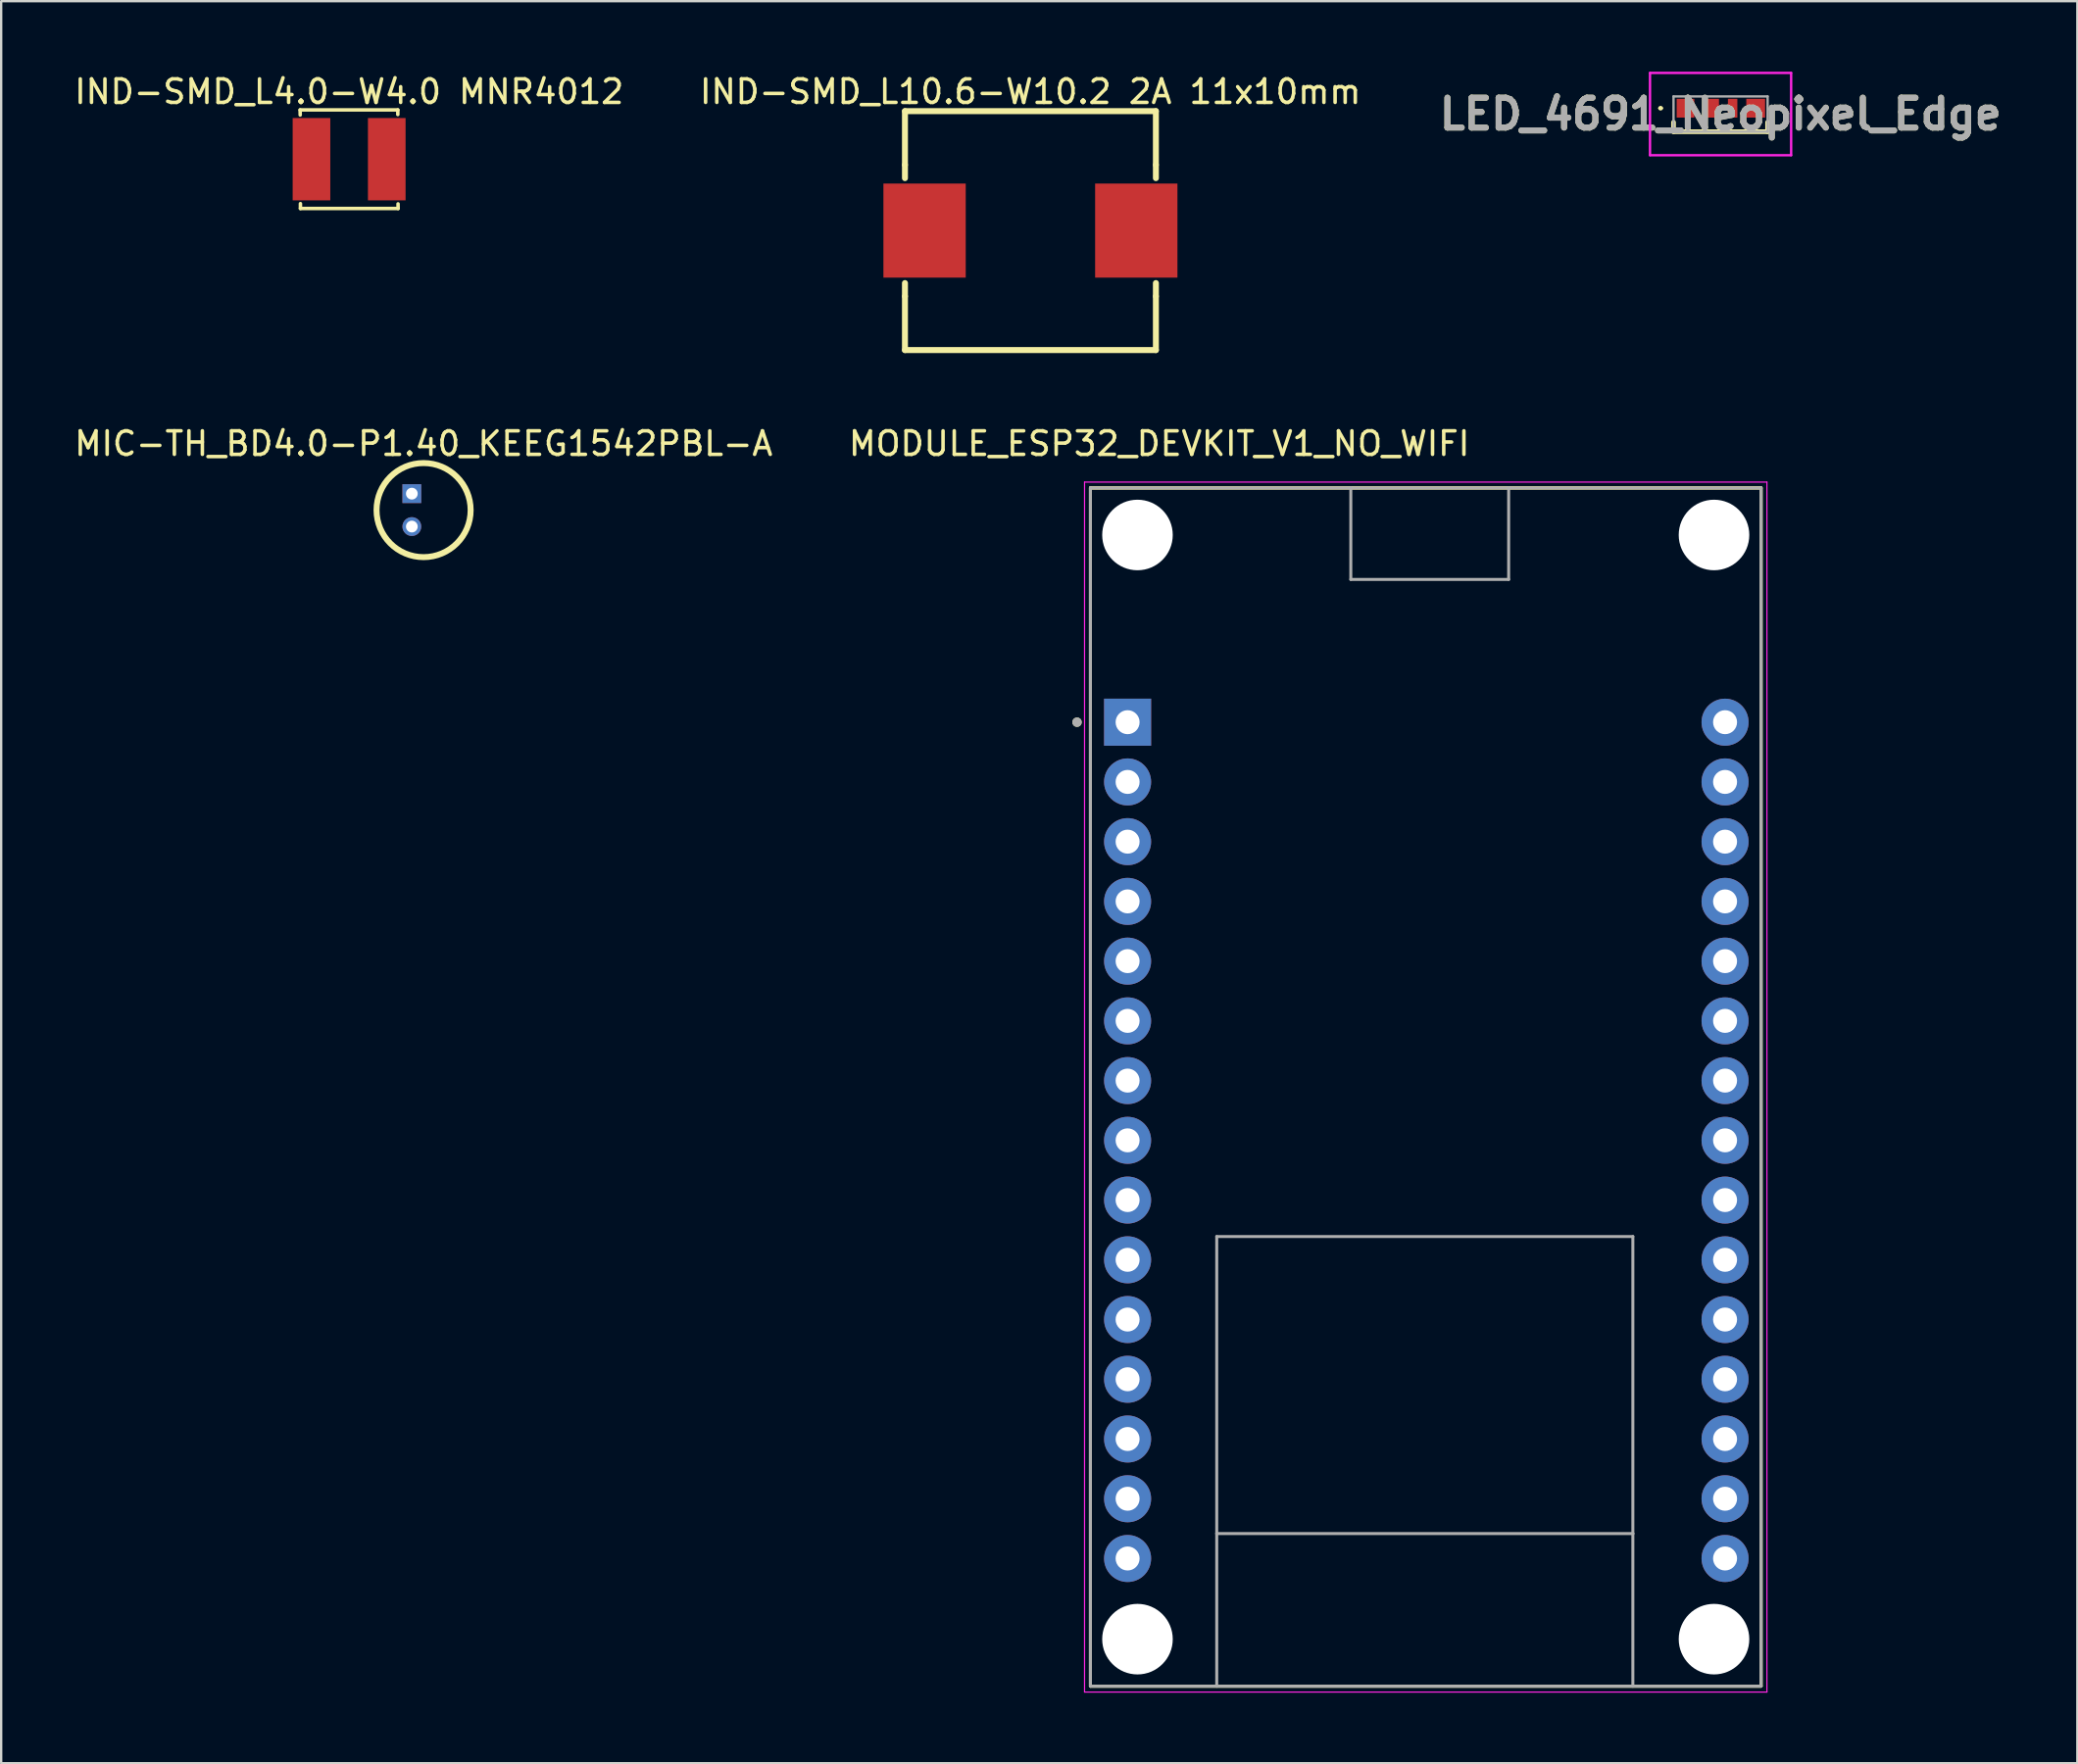
<source format=kicad_pcb>
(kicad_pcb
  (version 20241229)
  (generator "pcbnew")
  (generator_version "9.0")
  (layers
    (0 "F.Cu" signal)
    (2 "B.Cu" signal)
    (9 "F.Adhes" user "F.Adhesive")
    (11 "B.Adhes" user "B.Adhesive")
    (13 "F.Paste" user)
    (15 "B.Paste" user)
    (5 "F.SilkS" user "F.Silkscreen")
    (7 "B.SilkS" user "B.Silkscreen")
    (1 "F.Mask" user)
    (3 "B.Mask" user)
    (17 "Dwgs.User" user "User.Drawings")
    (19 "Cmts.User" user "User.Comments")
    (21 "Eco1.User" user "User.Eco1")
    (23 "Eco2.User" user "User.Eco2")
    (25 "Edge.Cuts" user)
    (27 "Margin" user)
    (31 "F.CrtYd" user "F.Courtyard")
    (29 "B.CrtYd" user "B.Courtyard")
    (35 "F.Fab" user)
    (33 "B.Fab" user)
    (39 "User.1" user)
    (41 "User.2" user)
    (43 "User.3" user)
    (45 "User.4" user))
  (footprint "MIC-TH_BD4.0-P1.40_KEEG1542PBL-A"
    (layer "F.Cu")
    (at 14.458 18.64)
    (property "Reference" "MIC-TH_BD4.0-P1.40_KEEG1542PBL-A" (at 0.5 -2.827 0) (unlocked yes) (layer "F.SilkS") (effects (font (size 1 1) (thickness 0.15))))
    (attr through_hole)
    (fp_circle (center 0.5 0) (end 2.5 0) (stroke (width 0.254) (type default)) (fill no) (layer "F.SilkS"))
    (pad "1" thru_hole rect (at 0 -0.7 180) (size 0.8 0.8) (drill 0.5) (layers "*.Cu" "*.Mask"))
    (pad "2" thru_hole circle (at 0 0.7 180) (size 0.8 0.8) (drill 0.5) (layers "*.Cu" "*.Mask")))
  (footprint "IND-SMD_L4.0-W4.0 MNR4012"
    (layer "F.Cu")
    (at 11.792 3.719)
    (property "Reference" "IND-SMD_L4.0-W4.0 MNR4012" (at 0 -2.87 0) (unlocked yes) (layer "F.SilkS") (effects (font (size 1 1) (thickness 0.15))))
    (fp_line (start -2.083 -2.095) (end -2.08 -1.88) (stroke (width 0.15) (type default)) (layer "F.SilkS"))
    (fp_line (start -2.07 1.89) (end -2.07 2.096) (stroke (width 0.15) (type default)) (layer "F.SilkS"))
    (fp_line (start -2.07 2.096) (end 2.083 2.096) (stroke (width 0.15) (type default)) (layer "F.SilkS"))
    (fp_line (start 2.07 -2.095) (end -2.083 -2.095) (stroke (width 0.15) (type default)) (layer "F.SilkS"))
    (fp_line (start 2.07 -1.9) (end 2.07 -2.095) (stroke (width 0.15) (type default)) (layer "F.SilkS"))
    (fp_line (start 2.083 2.096) (end 2.08 1.9) (stroke (width 0.15) (type default)) (layer "F.SilkS"))
    (fp_poly (pts (xy -2 -1.65) (xy -1.05 -1.65) (xy -1.05 1.65) (xy -2 1.65)) (stroke (width 0.1) (type default)) (fill no) (layer "User.1"))
    (fp_poly (pts (xy 1.05 -1.65) (xy 2 -1.65) (xy 2 1.65) (xy 1.05 1.65)) (stroke (width 0.1) (type default)) (fill no) (layer "User.1"))
    (fp_line (start -2 -2) (end 2 -2) (stroke (width 0.051) (type default)) (layer "User.2"))
    (fp_line (start -2 2) (end -2 -2) (stroke (width 0.051) (type default)) (layer "User.2"))
    (fp_line (start 2 -2) (end 2 2) (stroke (width 0.051) (type default)) (layer "User.2"))
    (fp_line (start 2 2) (end -2 2) (stroke (width 0.051) (type default)) (layer "User.2"))
    (fp_poly (pts (xy -1.94 2) (xy -1.958 1.958) (xy -2 1.94) (xy -2.042 1.958) (xy -2.06 2) (xy -2.042 2.042) (xy -2 2.06) (xy -1.958 2.042)) (stroke (width 0.1) (type default)) (fill no) (layer "User.3"))
    (pad "1" smd rect (at -1.6 0) (size 1.6 3.5) (layers "F.Cu" "F.Mask" "F.Paste"))
    (pad "2" smd rect (at 1.6 0) (size 1.6 3.5) (layers "F.Cu" "F.Mask" "F.Paste")))
  (footprint "LED_4691_Neopixel_Edge"
    (layer "F.Cu")
    (at 70.096 1.55)
    (property "Reference" "LED_4691_Neopixel_Edge" (at 0 0.25 0) (layer "F.SilkS") (effects (font (size 1.27 1.27) (thickness 0.254))))
    (attr smd)
    (fp_line (start -2.6 0) (end -2.6 0) (stroke (width 0.1) (type solid)) (layer "F.SilkS"))
    (fp_line (start -2.5 0) (end -2.5 0) (stroke (width 0.1) (type solid)) (layer "F.SilkS"))
    (fp_line (start -2 0.6) (end -2 1) (stroke (width 0.2) (type solid)) (layer "F.SilkS"))
    (fp_line (start -2 1) (end 2 1) (stroke (width 0.2) (type solid)) (layer "F.SilkS"))
    (fp_line (start 2 1) (end 2 0.6) (stroke (width 0.2) (type solid)) (layer "F.SilkS"))
    (fp_arc (start -2.6 0) (mid -2.55 -0.05) (end -2.5 0) (stroke (width 0.1) (type solid)) (layer "F.SilkS"))
    (fp_arc (start -2.5 0) (mid -2.55 0.05) (end -2.6 0) (stroke (width 0.1) (type solid)) (layer "F.SilkS"))
    (fp_line (start -3 -1.5) (end 3 -1.5) (stroke (width 0.1) (type solid)) (layer "F.CrtYd"))
    (fp_line (start -3 2) (end -3 -1.5) (stroke (width 0.1) (type solid)) (layer "F.CrtYd"))
    (fp_line (start 3 -1.5) (end 3 2) (stroke (width 0.1) (type solid)) (layer "F.CrtYd"))
    (fp_line (start 3 2) (end -3 2) (stroke (width 0.1) (type solid)) (layer "F.CrtYd"))
    (fp_line (start -2 -0.5) (end 2 -0.5) (stroke (width 0.1) (type solid)) (layer "F.Fab"))
    (fp_line (start -2 1) (end -2 -0.5) (stroke (width 0.1) (type solid)) (layer "F.Fab"))
    (fp_line (start 2 -0.5) (end 2 1) (stroke (width 0.1) (type solid)) (layer "F.Fab"))
    (fp_line (start 2 1) (end -2 1) (stroke (width 0.1) (type solid)) (layer "F.Fab"))
    (fp_text user "${REFERENCE}" (at 0 0.25 0) (layer "F.Fab") (effects (font (size 1.27 1.27) (thickness 0.254))))
    (pad "1" smd rect (at -1.492 0) (size 0.75 0.8) (layers "F.Cu" "F.Mask" "F.Paste"))
    (pad "2" smd rect (at -0.367 0) (size 0.6 0.8) (layers "F.Cu" "F.Mask" "F.Paste"))
    (pad "3" smd rect (at 0.513 0) (size 0.4 0.8) (layers "F.Cu" "F.Mask" "F.Paste"))
    (pad "4" smd rect (at 1.493 0) (size 0.8 0.8) (layers "F.Cu" "F.Mask" "F.Paste")))
  (footprint "IND-SMD_L10.6-W10.2 2A 11x10mm"
    (layer "F.Cu")
    (at 40.756 6.755)
    (property "Reference" "IND-SMD_L10.6-W10.2 2A 11x10mm" (at 0 -5.907 0) (unlocked yes) (layer "F.SilkS") (effects (font (size 1 1) (thickness 0.15))))
    (fp_line (start -5.334 -5.08) (end 5.334 -5.08) (stroke (width 0.254) (type default)) (layer "F.SilkS"))
    (fp_line (start -5.334 -2.794) (end -5.334 -5.08) (stroke (width 0.254) (type default)) (layer "F.SilkS"))
    (fp_line (start -5.334 -2.794) (end -5.334 -2.231) (stroke (width 0.254) (type default)) (layer "F.SilkS"))
    (fp_line (start -5.334 2.231) (end -5.334 2.794) (stroke (width 0.254) (type default)) (layer "F.SilkS"))
    (fp_line (start -5.334 5.08) (end -5.334 2.794) (stroke (width 0.254) (type default)) (layer "F.SilkS"))
    (fp_line (start 5.334 -5.08) (end 5.334 -2.794) (stroke (width 0.254) (type default)) (layer "F.SilkS"))
    (fp_line (start 5.334 -2.794) (end 5.334 -2.231) (stroke (width 0.254) (type default)) (layer "F.SilkS"))
    (fp_line (start 5.334 2.231) (end 5.334 2.794) (stroke (width 0.254) (type default)) (layer "F.SilkS"))
    (fp_line (start 5.334 2.794) (end 5.334 5.08) (stroke (width 0.254) (type default)) (layer "F.SilkS"))
    (fp_line (start 5.334 5.08) (end -5.334 5.08) (stroke (width 0.254) (type default)) (layer "F.SilkS"))
    (fp_poly (pts (xy -5.3 -1.5) (xy -3.3 -1.5) (xy -3.3 1.5) (xy -5.3 1.5)) (stroke (width 0.1) (type default)) (fill no) (layer "User.1"))
    (fp_poly (pts (xy 3.3 -1.5) (xy 5.3 -1.5) (xy 5.3 1.5) (xy 3.3 1.5)) (stroke (width 0.1) (type default)) (fill no) (layer "User.1"))
    (fp_line (start -5.3 -5.1) (end -5.3 5.1) (stroke (width 0.051) (type default)) (layer "User.2"))
    (fp_line (start -5.3 5.1) (end 5.3 5.1) (stroke (width 0.051) (type default)) (layer "User.2"))
    (fp_line (start 5.3 -5.1) (end -5.3 -5.1) (stroke (width 0.051) (type default)) (layer "User.2"))
    (fp_line (start 5.3 5.1) (end 5.3 -5.1) (stroke (width 0.051) (type default)) (layer "User.2"))
    (fp_poly (pts (xy -5.24 5.1) (xy -5.258 5.058) (xy -5.3 5.04) (xy -5.342 5.058) (xy -5.36 5.1) (xy -5.342 5.142) (xy -5.3 5.16) (xy -5.258 5.142)) (stroke (width 0.1) (type default)) (fill no) (layer "User.3"))
    (pad "1" smd rect (at -4.5 0) (size 3.5 4) (layers "F.Cu" "F.Mask" "F.Paste"))
    (pad "2" smd rect (at 4.5 0) (size 3.5 4) (layers "F.Cu" "F.Mask" "F.Paste")))
  (footprint "MODULE_ESP32_DEVKIT_V1_NO_WIFI"
    (layer "F.Cu")
    (at 57.587 43.173)
    (property "Reference" "MODULE_ESP32_DEVKIT_V1_NO_WIFI" (at -11.355 -27.36 0) (layer "F.SilkS") (effects (font (size 1 1) (thickness 0.15))))
    (attr through_hole)
    (fp_line (start -14.28 -25.475) (end -3.211 -25.475) (stroke (width 0.127) (type solid)) (layer "F.SilkS"))
    (fp_line (start -14.28 -25.475) (end 14.23 -25.475) (stroke (width 0.127) (type solid)) (layer "F.SilkS"))
    (fp_line (start -14.28 25.475) (end -14.28 -25.475) (stroke (width 0.127) (type solid)) (layer "F.SilkS"))
    (fp_line (start -14.28 25.475) (end -14.28 -25.475) (stroke (width 0.127) (type solid)) (layer "F.SilkS"))
    (fp_line (start -14.28 25.475) (end -8.91 25.475) (stroke (width 0.127) (type solid)) (layer "F.SilkS"))
    (fp_line (start -8.91 25.475) (end 8.78 25.475) (stroke (width 0.127) (type solid)) (layer "F.SilkS"))
    (fp_line (start -3.211 -25.475) (end 3.5 -25.475) (stroke (width 0.127) (type solid)) (layer "F.SilkS"))
    (fp_line (start 3.5 -25.475) (end 14.23 -25.475) (stroke (width 0.127) (type solid)) (layer "F.SilkS"))
    (fp_line (start 8.78 25.475) (end 14.23 25.475) (stroke (width 0.127) (type solid)) (layer "F.SilkS"))
    (fp_line (start 14.23 -25.475) (end 14.23 25.475) (stroke (width 0.127) (type solid)) (layer "F.SilkS"))
    (fp_line (start 14.23 -25.475) (end 14.23 25.475) (stroke (width 0.127) (type solid)) (layer "F.SilkS"))
    (fp_line (start 14.23 25.475) (end -14.28 25.475) (stroke (width 0.127) (type solid)) (layer "F.SilkS"))
    (fp_circle (center -14.85 -15.515) (end -14.75 -15.515) (stroke (width 0.2) (type solid)) (fill no) (layer "F.SilkS"))
    (fp_line (start -14.53 -25.725) (end -14.53 25.725) (stroke (width 0.05) (type solid)) (layer "F.CrtYd"))
    (fp_line (start -14.53 25.725) (end 14.48 25.725) (stroke (width 0.05) (type solid)) (layer "F.CrtYd"))
    (fp_line (start 14.48 -25.725) (end -14.53 -25.725) (stroke (width 0.05) (type solid)) (layer "F.CrtYd"))
    (fp_line (start 14.48 25.725) (end 14.48 -25.725) (stroke (width 0.05) (type solid)) (layer "F.CrtYd"))
    (fp_line (start -14.28 -25.475) (end -3.211 -25.475) (stroke (width 0.127) (type solid)) (layer "F.Fab"))
    (fp_line (start -14.28 25.475) (end -14.28 -25.475) (stroke (width 0.127) (type solid)) (layer "F.Fab"))
    (fp_line (start -14.28 25.475) (end -8.91 25.475) (stroke (width 0.127) (type solid)) (layer "F.Fab"))
    (fp_line (start -8.91 6.355) (end 8.78 6.355) (stroke (width 0.127) (type solid)) (layer "F.Fab"))
    (fp_line (start -8.91 18.985) (end -8.91 6.355) (stroke (width 0.127) (type solid)) (layer "F.Fab"))
    (fp_line (start -8.91 18.985) (end 8.78 18.985) (stroke (width 0.127) (type solid)) (layer "F.Fab"))
    (fp_line (start -8.91 25.475) (end -8.91 18.985) (stroke (width 0.127) (type solid)) (layer "F.Fab"))
    (fp_line (start -8.91 25.475) (end 8.78 25.475) (stroke (width 0.127) (type solid)) (layer "F.Fab"))
    (fp_line (start -3.211 -25.475) (end 3.5 -25.475) (stroke (width 0.127) (type solid)) (layer "F.Fab"))
    (fp_line (start -3.211 -21.585) (end -3.211 -25.475) (stroke (width 0.127) (type solid)) (layer "F.Fab"))
    (fp_line (start 3.5 -25.475) (end 3.5 -21.585) (stroke (width 0.127) (type solid)) (layer "F.Fab"))
    (fp_line (start 3.5 -25.475) (end 14.23 -25.475) (stroke (width 0.127) (type solid)) (layer "F.Fab"))
    (fp_line (start 3.5 -21.585) (end -3.211 -21.585) (stroke (width 0.127) (type solid)) (layer "F.Fab"))
    (fp_line (start 8.78 6.355) (end 8.78 18.985) (stroke (width 0.127) (type solid)) (layer "F.Fab"))
    (fp_line (start 8.78 18.985) (end 8.78 25.475) (stroke (width 0.127) (type solid)) (layer "F.Fab"))
    (fp_line (start 8.78 25.475) (end 14.23 25.475) (stroke (width 0.127) (type solid)) (layer "F.Fab"))
    (fp_line (start 14.23 -25.475) (end 14.23 25.475) (stroke (width 0.127) (type solid)) (layer "F.Fab"))
    (fp_circle (center -14.85 -15.515) (end -14.75 -15.515) (stroke (width 0.2) (type solid)) (fill no) (layer "F.Fab"))
    (pad "" np_thru_hole circle (at -12.28 -23.475) (size 3 3) (drill 3) (layers "*.Cu" "*.Mask"))
    (pad "" np_thru_hole circle (at -12.28 23.475) (size 3 3) (drill 3) (layers "*.Cu" "*.Mask"))
    (pad "" np_thru_hole circle (at 12.23 -23.475) (size 3 3) (drill 3) (layers "*.Cu" "*.Mask"))
    (pad "" np_thru_hole circle (at 12.23 23.475) (size 3 3) (drill 3) (layers "*.Cu" "*.Mask"))
    (pad "1" thru_hole rect (at -12.7 -15.515) (size 2 2) (drill 1.02) (layers "*.Cu" "*.Mask"))
    (pad "2" thru_hole circle (at -12.7 -12.975) (size 2 2) (drill 1.02) (layers "*.Cu" "*.Mask"))
    (pad "3" thru_hole circle (at -12.7 -10.435) (size 2 2) (drill 1.02) (layers "*.Cu" "*.Mask"))
    (pad "4" thru_hole circle (at -12.7 -7.895) (size 2 2) (drill 1.02) (layers "*.Cu" "*.Mask"))
    (pad "5" thru_hole circle (at -12.7 -5.355) (size 2 2) (drill 1.02) (layers "*.Cu" "*.Mask"))
    (pad "6" thru_hole circle (at -12.7 -2.815) (size 2 2) (drill 1.02) (layers "*.Cu" "*.Mask"))
    (pad "7" thru_hole circle (at -12.7 -0.275) (size 2 2) (drill 1.02) (layers "*.Cu" "*.Mask"))
    (pad "8" thru_hole circle (at -12.7 2.265) (size 2 2) (drill 1.02) (layers "*.Cu" "*.Mask"))
    (pad "9" thru_hole circle (at -12.7 4.805) (size 2 2) (drill 1.02) (layers "*.Cu" "*.Mask"))
    (pad "10" thru_hole circle (at -12.7 7.345) (size 2 2) (drill 1.02) (layers "*.Cu" "*.Mask"))
    (pad "11" thru_hole circle (at -12.7 9.885) (size 2 2) (drill 1.02) (layers "*.Cu" "*.Mask"))
    (pad "12" thru_hole circle (at -12.7 12.425) (size 2 2) (drill 1.02) (layers "*.Cu" "*.Mask"))
    (pad "13" thru_hole circle (at -12.7 14.965) (size 2 2) (drill 1.02) (layers "*.Cu" "*.Mask"))
    (pad "14" thru_hole circle (at -12.7 17.505) (size 2 2) (drill 1.02) (layers "*.Cu" "*.Mask"))
    (pad "15" thru_hole circle (at -12.7 20.045) (size 2 2) (drill 1.02) (layers "*.Cu" "*.Mask"))
    (pad "16" thru_hole circle (at 12.7 20.045) (size 2 2) (drill 1.02) (layers "*.Cu" "*.Mask"))
    (pad "17" thru_hole circle (at 12.7 17.505) (size 2 2) (drill 1.02) (layers "*.Cu" "*.Mask"))
    (pad "18" thru_hole circle (at 12.7 14.965) (size 2 2) (drill 1.02) (layers "*.Cu" "*.Mask"))
    (pad "19" thru_hole circle (at 12.7 12.425) (size 2 2) (drill 1.02) (layers "*.Cu" "*.Mask"))
    (pad "20" thru_hole circle (at 12.7 9.885) (size 2 2) (drill 1.02) (layers "*.Cu" "*.Mask"))
    (pad "21" thru_hole circle (at 12.7 7.345) (size 2 2) (drill 1.02) (layers "*.Cu" "*.Mask"))
    (pad "22" thru_hole circle (at 12.7 4.805) (size 2 2) (drill 1.02) (layers "*.Cu" "*.Mask"))
    (pad "23" thru_hole circle (at 12.7 2.265) (size 2 2) (drill 1.02) (layers "*.Cu" "*.Mask"))
    (pad "24" thru_hole circle (at 12.7 -0.275) (size 2 2) (drill 1.02) (layers "*.Cu" "*.Mask"))
    (pad "25" thru_hole circle (at 12.7 -2.815) (size 2 2) (drill 1.02) (layers "*.Cu" "*.Mask"))
    (pad "26" thru_hole circle (at 12.7 -5.355) (size 2 2) (drill 1.02) (layers "*.Cu" "*.Mask"))
    (pad "27" thru_hole circle (at 12.7 -7.895) (size 2 2) (drill 1.02) (layers "*.Cu" "*.Mask"))
    (pad "28" thru_hole circle (at 12.7 -10.435) (size 2 2) (drill 1.02) (layers "*.Cu" "*.Mask"))
    (pad "29" thru_hole circle (at 12.7 -12.975) (size 2 2) (drill 1.02) (layers "*.Cu" "*.Mask"))
    (pad "30" thru_hole circle (at 12.7 -15.515) (size 2 2) (drill 1.02) (layers "*.Cu" "*.Mask")))
  (gr_rect
    (start -3 -3)
    (end 85.264 71.924)
    (stroke (width 0.1) (type default))
    (fill no)
    (layer "Edge.Cuts")))
</source>
